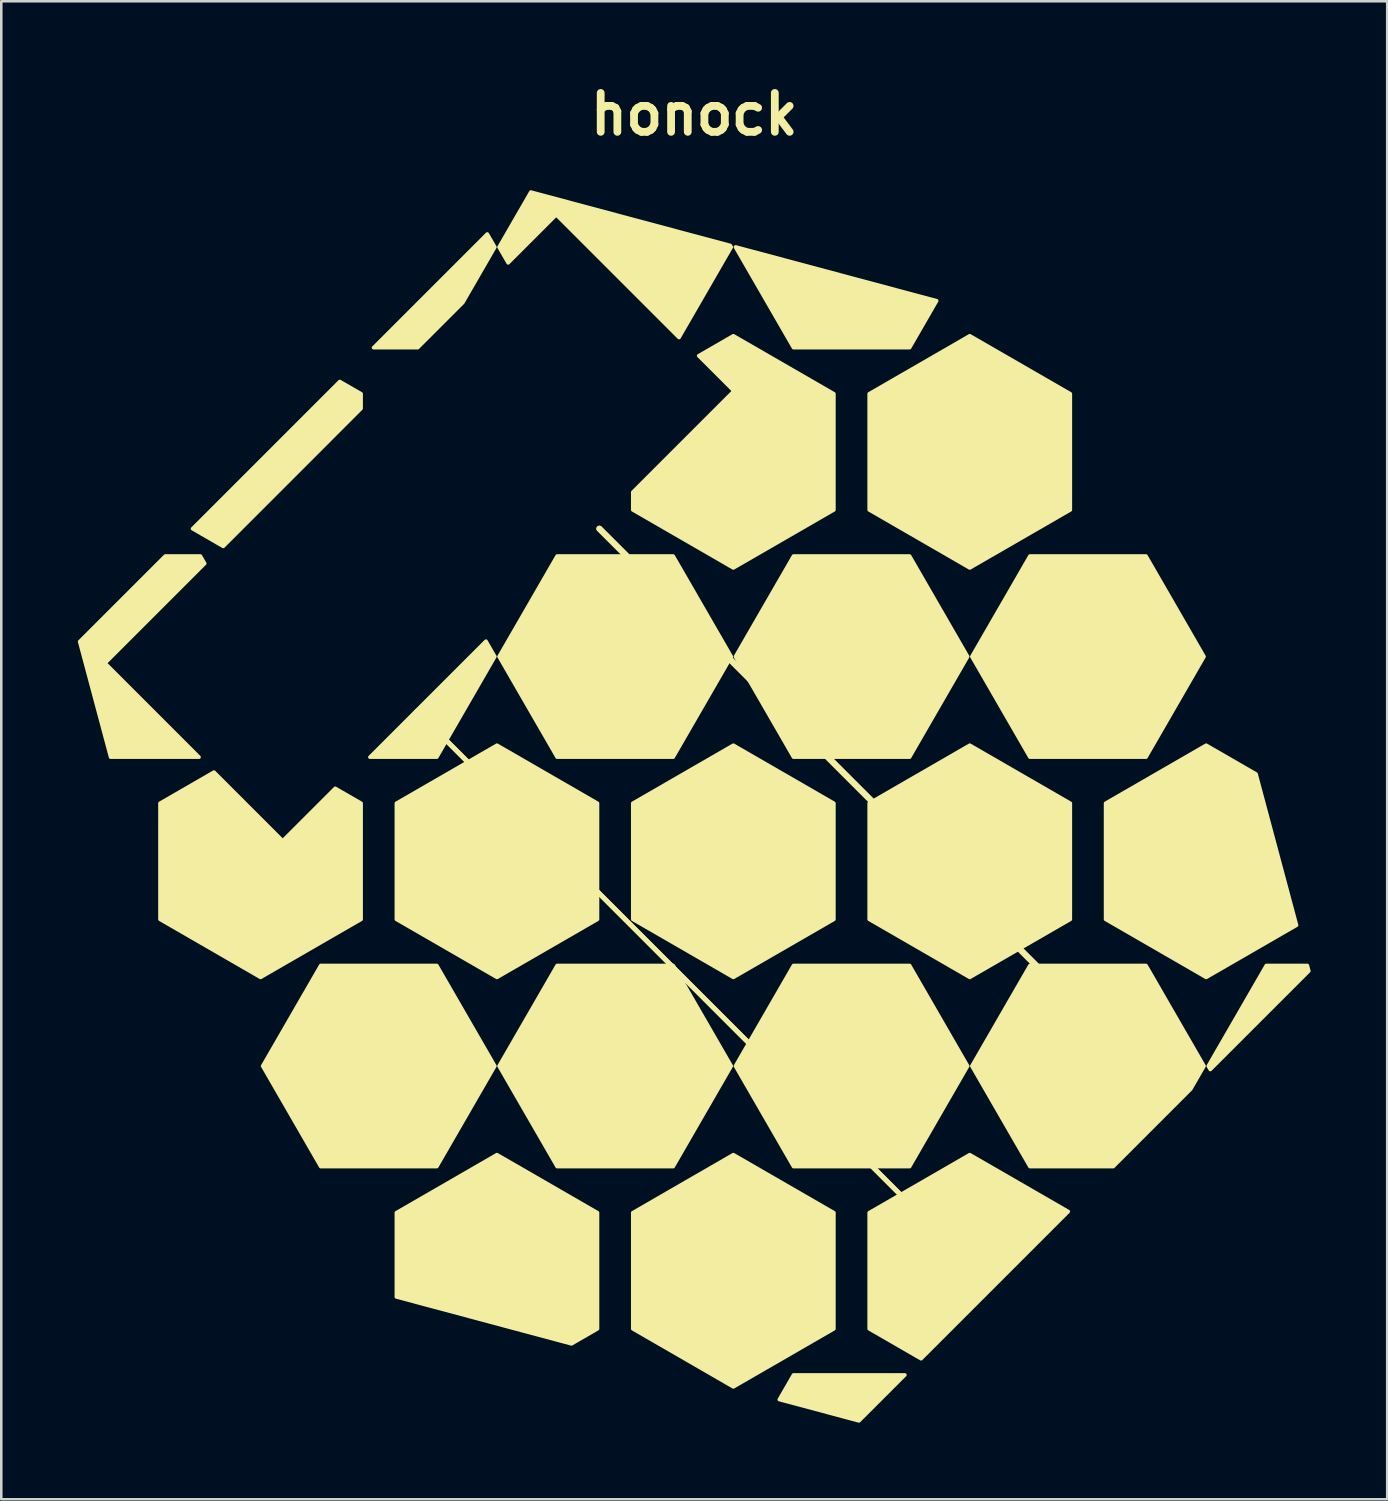
<source format=kicad_pcb>
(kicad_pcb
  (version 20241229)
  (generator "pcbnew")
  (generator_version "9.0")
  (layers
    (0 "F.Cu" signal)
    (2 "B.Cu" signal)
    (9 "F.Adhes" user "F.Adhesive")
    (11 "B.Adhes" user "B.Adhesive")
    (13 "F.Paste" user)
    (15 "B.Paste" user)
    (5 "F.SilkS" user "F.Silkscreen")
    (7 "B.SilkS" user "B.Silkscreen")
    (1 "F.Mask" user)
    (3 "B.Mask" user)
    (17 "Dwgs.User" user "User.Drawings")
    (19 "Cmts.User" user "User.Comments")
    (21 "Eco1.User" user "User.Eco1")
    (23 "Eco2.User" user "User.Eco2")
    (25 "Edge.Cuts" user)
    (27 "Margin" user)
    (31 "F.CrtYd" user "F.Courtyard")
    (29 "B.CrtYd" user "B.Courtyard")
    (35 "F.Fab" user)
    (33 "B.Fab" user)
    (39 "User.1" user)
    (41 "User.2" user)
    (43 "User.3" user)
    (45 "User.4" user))
  (footprint "honock"
    (layer "F.Cu")
    (at 24.15 28.547)
    (property "Reference" "honock" (at 0 -27.121 0) (layer "F.SilkS") (effects (font (size 1.524 1.524) (thickness 0.305))))
    (attr smd)
    (fp_line (start -10.861 -3.731) (end 11.636 18.767) (stroke (width 0.188) (type solid)) (layer "F.SilkS"))
    (fp_line (start -3.717 -10.882) (end 18.714 11.55) (stroke (width 0.235) (type solid)) (layer "F.SilkS"))
    (fp_line (start 11.636 18.767) (end -10.861 -3.731) (stroke (width 0.188) (type solid)) (layer "F.SilkS"))
    (fp_line (start 18.714 11.55) (end -3.717 -10.882) (stroke (width 0.235) (type solid)) (layer "F.SilkS"))
    (fp_poly (pts (xy 3.332 23.237) (xy 6.452 24.073) (xy 8.253 22.272) (xy 3.889 22.272) (xy 3.332 23.237)) (stroke (width 0.141) (type solid)) (fill yes) (layer "F.SilkS"))
    (fp_poly (pts (xy -13.888 -16.651) (xy -19.656 -10.882) (xy -18.455 -10.189) (xy -13.052 -15.593) (xy -13.052 -16.169) (xy -13.888 -16.651)) (stroke (width 0.141) (type solid)) (fill yes) (layer "F.SilkS"))
    (fp_poly (pts (xy -8.109 -22.43) (xy -12.564 -17.975) (xy -10.834 -17.975) (xy -9.064 -19.745) (xy -7.811 -21.915) (xy -8.109 -22.43)) (stroke (width 0.141) (type solid)) (fill yes) (layer "F.SilkS"))
    (fp_poly (pts (xy 8.886 21.639) (xy 14.655 15.87) (xy 10.794 13.641) (xy 6.854 15.916) (xy 6.854 20.466) (xy 8.886 21.639)) (stroke (width 0.141) (type solid)) (fill yes) (layer "F.SilkS"))
    (fp_poly (pts (xy 20.218 10.307) (xy 24.08 6.446) (xy 24.022 6.23) (xy 22.413 6.23) (xy 20.138 10.17) (xy 20.218 10.307)) (stroke (width 0.141) (type solid)) (fill yes) (layer "F.SilkS"))
    (fp_poly (pts (xy -11.67 19.217) (xy -4.81 21.055) (xy -3.79 20.466) (xy -3.79 15.916) (xy -7.73 13.641) (xy -11.67 15.916) (xy -11.67 19.217)) (stroke (width 0.141) (type solid)) (fill yes) (layer "F.SilkS"))
    (fp_poly (pts (xy 1.532 13.641) (xy -2.408 15.916) (xy -2.408 20.466) (xy 1.532 22.741) (xy 5.472 20.466) (xy 5.472 15.916) (xy 1.532 13.641)) (stroke (width 0.141) (type solid)) (fill yes) (layer "F.SilkS"))
    (fp_poly (pts (xy 13.151 -9.812) (xy 10.876 -5.872) (xy 13.151 -1.932) (xy 17.701 -1.932) (xy 19.975 -5.872) (xy 17.701 -9.812) (xy 13.151 -9.812)) (stroke (width 0.141) (type solid)) (fill yes) (layer "F.SilkS"))
    (fp_poly (pts (xy 23.599 4.653) (xy 22.012 -1.272) (xy 20.057 -2.401) (xy 16.116 -0.126) (xy 16.116 4.423) (xy 20.057 6.698) (xy 23.599 4.653)) (stroke (width 0.141) (type solid)) (fill yes) (layer "F.SilkS"))
    (fp_poly (pts (xy 16.416 14.11) (xy 19.456 11.069) (xy 19.975 10.17) (xy 17.701 6.23) (xy 13.151 6.23) (xy 10.876 10.17) (xy 13.151 14.11) (xy 16.416 14.11)) (stroke (width 0.141) (type solid)) (fill yes) (layer "F.SilkS"))
    (fp_poly (pts (xy 9.5 -19.813) (xy 10.794 -18.443) (xy 6.854 -16.169) (xy 6.854 -11.619) (xy 10.794 -9.344) (xy 14.735 -11.619) (xy 14.735 -16.169) (xy 10.794 -18.443) (xy 9.5 -19.813) (xy 1.619 -21.924) (xy 1.614 -21.915) (xy 3.889 -17.975) (xy 8.439 -17.975) (xy 9.5 -19.813)) (stroke (width 0.141) (type solid)) (fill yes) (layer "F.SilkS"))
    (fp_poly (pts (xy -7.73 -2.401) (xy -11.67 -0.126) (xy -11.67 4.423) (xy -7.648 10.17) (xy -5.373 14.11) (xy -0.824 14.11) (xy 1.451 10.17) (xy -0.824 6.23) (xy -5.373 6.23) (xy -7.648 10.17) (xy -11.67 4.423) (xy -7.73 6.698) (xy -3.79 4.423) (xy -3.79 -0.126) (xy -7.73 -2.401)) (stroke (width 0.141) (type solid)) (fill yes) (layer "F.SilkS"))
    (fp_poly (pts (xy 1.532 -2.401) (xy -2.408 -0.126) (xy -2.408 4.423) (xy 1.614 10.17) (xy 3.889 14.11) (xy 8.439 14.11) (xy 10.713 10.17) (xy 8.439 6.23) (xy 3.889 6.23) (xy 1.614 10.17) (xy -2.408 4.423) (xy 1.532 6.698) (xy 5.472 4.423) (xy 5.472 -0.126) (xy 1.532 -2.401)) (stroke (width 0.141) (type solid)) (fill yes) (layer "F.SilkS"))
    (fp_poly (pts (xy 3.889 -9.812) (xy 1.614 -5.872) (xy 6.854 4.423) (xy 10.794 6.698) (xy 14.735 4.423) (xy 14.735 -0.126) (xy 10.794 -2.401) (xy 6.854 -0.126) (xy 6.854 4.423) (xy 1.614 -5.872) (xy 3.889 -1.932) (xy 8.439 -1.932) (xy 10.713 -5.872) (xy 8.439 -9.812) (xy 3.889 -9.812)) (stroke (width 0.141) (type solid)) (fill yes) (layer "F.SilkS"))
    (fp_poly (pts (xy -18.817 -1.347) (xy -20.932 -0.126) (xy -20.932 4.423) (xy -16.91 10.17) (xy -14.635 14.11) (xy -10.086 14.11) (xy -7.811 10.17) (xy -10.086 6.23) (xy -14.635 6.23) (xy -16.91 10.17) (xy -20.932 4.423) (xy -16.992 6.698) (xy -13.052 4.423) (xy -13.052 -0.126) (xy -14.066 -0.712) (xy -16.124 1.346) (xy -18.817 -1.347)) (stroke (width 0.141) (type solid)) (fill yes) (layer "F.SilkS"))
    (fp_poly (pts (xy 1.414 -21.979) (xy 5.472 -16.169) (xy 1.532 -18.443) (xy 0.173 -17.658) (xy 1.554 -16.277) (xy -2.408 -12.315) (xy -2.408 -11.619) (xy 1.532 -9.344) (xy 5.472 -11.619) (xy 5.472 -16.169) (xy 1.414 -21.979) (xy -6.402 -24.073) (xy -7.648 -21.915) (xy -7.291 -21.298) (xy -5.407 -23.182) (xy -0.595 -18.371) (xy 1.451 -21.915) (xy 1.414 -21.979)) (stroke (width 0.141) (type solid)) (fill yes) (layer "F.SilkS"))
    (fp_poly (pts (xy -20.726 -9.812) (xy -24.08 -6.459) (xy -22.867 -1.932) (xy -19.402 -1.932) (xy -5.373 -9.812) (xy -7.648 -5.872) (xy -5.373 -1.932) (xy -0.824 -1.932) (xy 1.451 -5.872) (xy -0.824 -9.812) (xy -5.373 -9.812) (xy -19.402 -1.932) (xy -8.161 -6.478) (xy -12.707 -1.932) (xy -10.086 -1.932) (xy -7.811 -5.872) (xy -8.161 -6.478) (xy -19.402 -1.932) (xy -23.084 -5.615) (xy -19.179 -9.52) (xy -19.348 -9.812) (xy -20.726 -9.812)) (stroke (width 0.141) (type solid)) (fill yes) (layer "F.SilkS")))
  (gr_rect
    (start -3 -3)
    (end 51.301 55.691)
    (stroke (width 0.1) (type default))
    (fill no)
    (layer "Edge.Cuts")))
</source>
